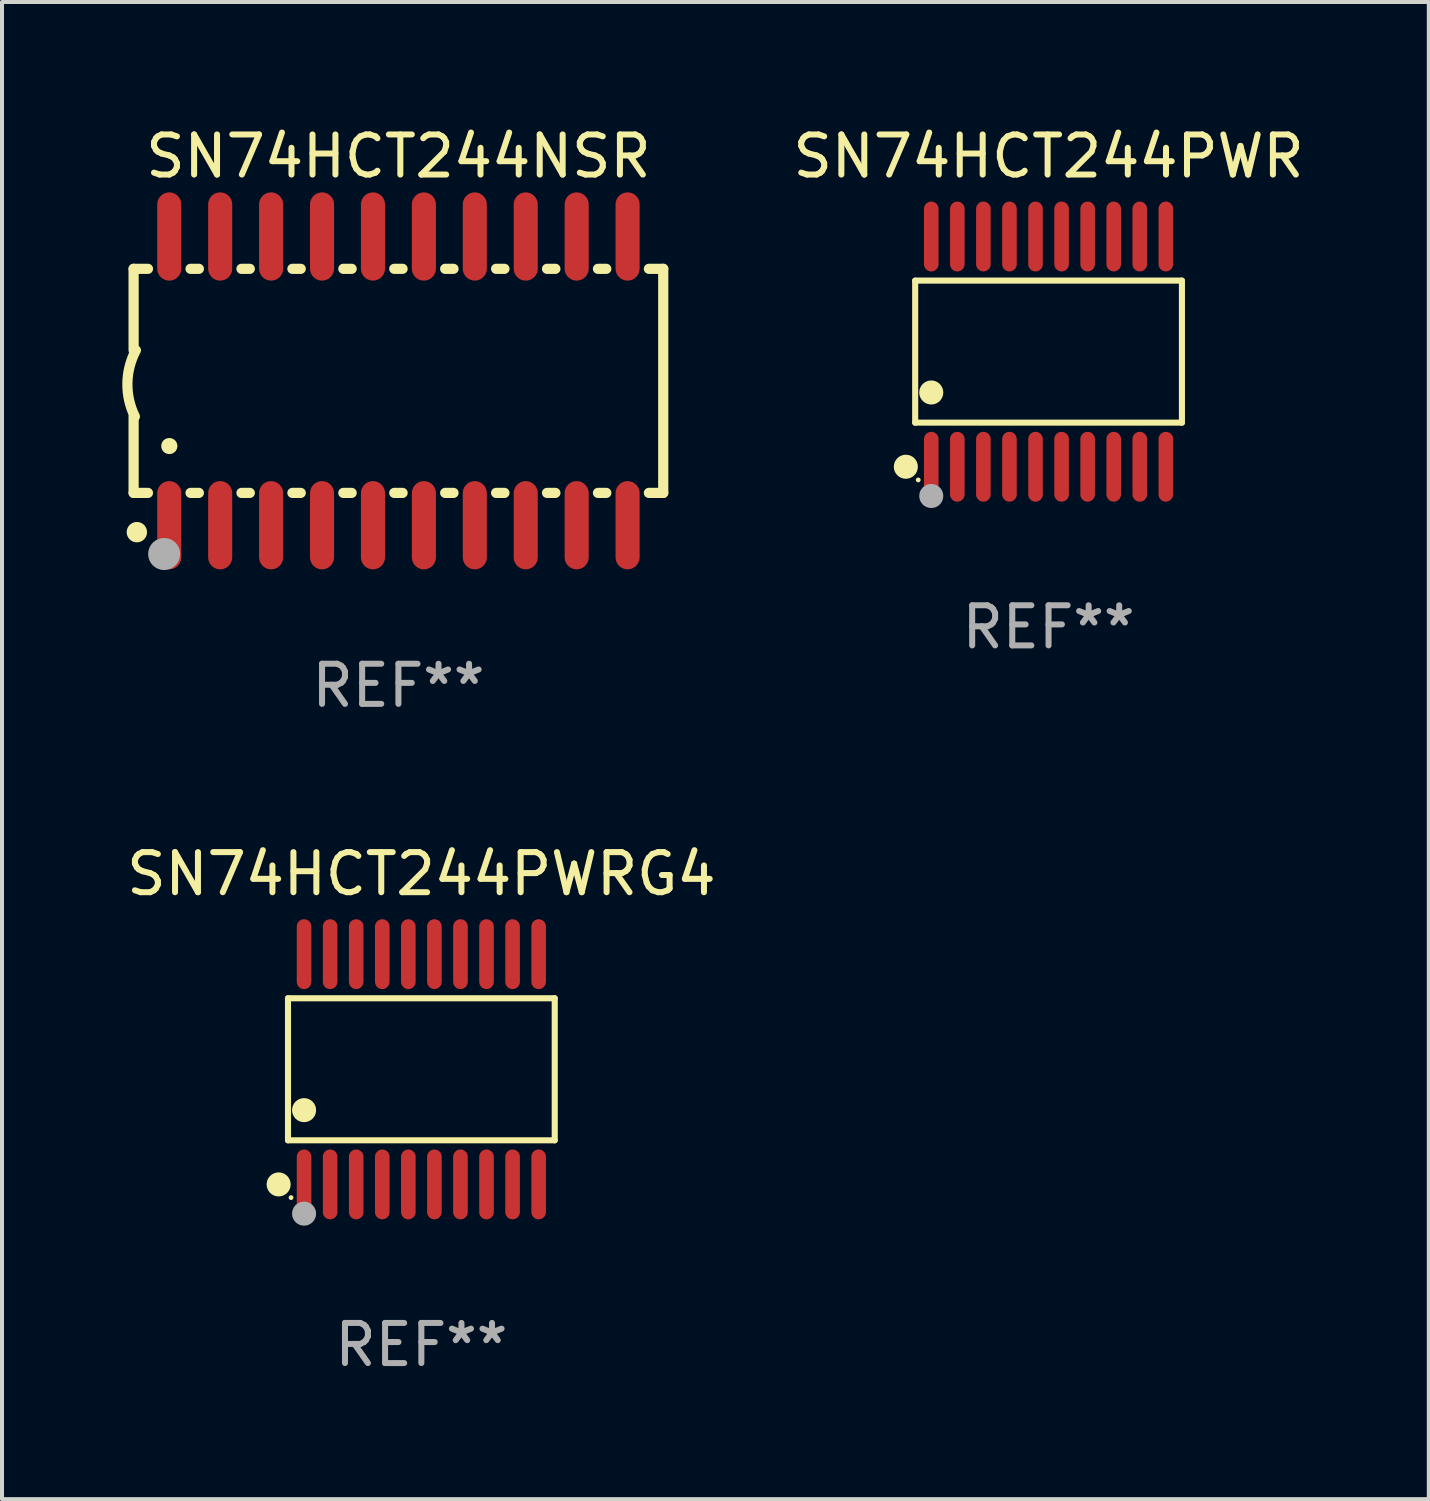
<source format=kicad_pcb>
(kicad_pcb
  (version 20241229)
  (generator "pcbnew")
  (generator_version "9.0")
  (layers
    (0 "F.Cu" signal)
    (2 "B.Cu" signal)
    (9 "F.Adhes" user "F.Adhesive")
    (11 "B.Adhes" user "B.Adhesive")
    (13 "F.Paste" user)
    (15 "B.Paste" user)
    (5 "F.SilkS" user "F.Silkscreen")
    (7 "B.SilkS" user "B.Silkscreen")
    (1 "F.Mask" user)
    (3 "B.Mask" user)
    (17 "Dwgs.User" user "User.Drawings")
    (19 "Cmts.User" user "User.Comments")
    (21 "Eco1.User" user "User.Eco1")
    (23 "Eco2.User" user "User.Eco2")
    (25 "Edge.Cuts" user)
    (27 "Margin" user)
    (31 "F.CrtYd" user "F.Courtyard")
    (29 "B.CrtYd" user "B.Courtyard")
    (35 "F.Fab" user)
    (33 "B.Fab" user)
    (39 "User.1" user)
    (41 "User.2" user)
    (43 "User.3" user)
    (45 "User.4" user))
  (footprint "SN74HCT244PWR"
    (layer "F.Cu")
    (at 23.099 5.719)
    (property "Reference" "SN74HCT244PWR" (at 0 -4.871 0) (layer "F.SilkS") (effects (font (size 1 1) (thickness 0.15))))
    (attr through_hole)
    (fp_line (start -3.326 -1.771) (end 3.326 -1.771) (stroke (width 0.152) (type solid)) (layer "F.SilkS"))
    (fp_line (start -3.326 1.771) (end -3.326 -1.771) (stroke (width 0.152) (type solid)) (layer "F.SilkS"))
    (fp_line (start 3.326 -1.771) (end 3.326 1.771) (stroke (width 0.152) (type solid)) (layer "F.SilkS"))
    (fp_line (start 3.326 1.771) (end -3.326 1.771) (stroke (width 0.152) (type solid)) (layer "F.SilkS"))
    (fp_circle (center -3.559 2.871) (end -3.409 2.871) (stroke (width 0.3) (type solid)) (fill no) (layer "F.SilkS"))
    (fp_circle (center -3.25 3.2) (end -3.22 3.2) (stroke (width 0.06) (type solid)) (fill no) (layer "F.SilkS"))
    (fp_circle (center -2.925 1.019) (end -2.775 1.019) (stroke (width 0.3) (type solid)) (fill no) (layer "F.SilkS"))
    (fp_circle (center -2.925 3.6) (end -2.775 3.6) (stroke (width 0.3) (type solid)) (fill no) (layer "F.Fab"))
    (fp_text user "REF**" (at 0 6.871 0) (layer "F.Fab") (effects (font (size 1 1) (thickness 0.15))))
    (pad "1" smd oval (at -2.925 2.871) (size 0.364 1.742) (layers "F.Cu" "F.Mask" "F.Paste"))
    (pad "2" smd oval (at -2.275 2.871) (size 0.364 1.742) (layers "F.Cu" "F.Mask" "F.Paste"))
    (pad "3" smd oval (at -1.625 2.871) (size 0.364 1.742) (layers "F.Cu" "F.Mask" "F.Paste"))
    (pad "4" smd oval (at -0.975 2.871) (size 0.364 1.742) (layers "F.Cu" "F.Mask" "F.Paste"))
    (pad "5" smd oval (at -0.325 2.871) (size 0.364 1.742) (layers "F.Cu" "F.Mask" "F.Paste"))
    (pad "6" smd oval (at 0.325 2.871) (size 0.364 1.742) (layers "F.Cu" "F.Mask" "F.Paste"))
    (pad "7" smd oval (at 0.975 2.871) (size 0.364 1.742) (layers "F.Cu" "F.Mask" "F.Paste"))
    (pad "8" smd oval (at 1.625 2.871) (size 0.364 1.742) (layers "F.Cu" "F.Mask" "F.Paste"))
    (pad "9" smd oval (at 2.275 2.871) (size 0.364 1.742) (layers "F.Cu" "F.Mask" "F.Paste"))
    (pad "10" smd oval (at 2.925 2.871) (size 0.364 1.742) (layers "F.Cu" "F.Mask" "F.Paste"))
    (pad "11" smd oval (at 2.925 -2.871) (size 0.364 1.742) (layers "F.Cu" "F.Mask" "F.Paste"))
    (pad "12" smd oval (at 2.275 -2.871) (size 0.364 1.742) (layers "F.Cu" "F.Mask" "F.Paste"))
    (pad "13" smd oval (at 1.625 -2.871) (size 0.364 1.742) (layers "F.Cu" "F.Mask" "F.Paste"))
    (pad "14" smd oval (at 0.975 -2.871) (size 0.364 1.742) (layers "F.Cu" "F.Mask" "F.Paste"))
    (pad "15" smd oval (at 0.325 -2.871) (size 0.364 1.742) (layers "F.Cu" "F.Mask" "F.Paste"))
    (pad "16" smd oval (at -0.325 -2.871) (size 0.364 1.742) (layers "F.Cu" "F.Mask" "F.Paste"))
    (pad "17" smd oval (at -0.975 -2.871) (size 0.364 1.742) (layers "F.Cu" "F.Mask" "F.Paste"))
    (pad "18" smd oval (at -1.625 -2.871) (size 0.364 1.742) (layers "F.Cu" "F.Mask" "F.Paste"))
    (pad "19" smd oval (at -2.275 -2.871) (size 0.364 1.742) (layers "F.Cu" "F.Mask" "F.Paste"))
    (pad "20" smd oval (at -2.925 -2.871) (size 0.364 1.742) (layers "F.Cu" "F.Mask" "F.Paste")))
  (footprint "SN74HCT244PWRG4"
    (layer "F.Cu")
    (at 7.458 23.616)
    (property "Reference" "SN74HCT244PWRG4" (at 0 -4.871 0) (layer "F.SilkS") (effects (font (size 1 1) (thickness 0.15))))
    (attr through_hole)
    (fp_line (start -3.326 -1.771) (end 3.326 -1.771) (stroke (width 0.152) (type solid)) (layer "F.SilkS"))
    (fp_line (start -3.326 1.771) (end -3.326 -1.771) (stroke (width 0.152) (type solid)) (layer "F.SilkS"))
    (fp_line (start 3.326 -1.771) (end 3.326 1.771) (stroke (width 0.152) (type solid)) (layer "F.SilkS"))
    (fp_line (start 3.326 1.771) (end -3.326 1.771) (stroke (width 0.152) (type solid)) (layer "F.SilkS"))
    (fp_circle (center -3.559 2.871) (end -3.409 2.871) (stroke (width 0.3) (type solid)) (fill no) (layer "F.SilkS"))
    (fp_circle (center -3.25 3.2) (end -3.22 3.2) (stroke (width 0.06) (type solid)) (fill no) (layer "F.SilkS"))
    (fp_circle (center -2.925 1.019) (end -2.775 1.019) (stroke (width 0.3) (type solid)) (fill no) (layer "F.SilkS"))
    (fp_circle (center -2.925 3.6) (end -2.775 3.6) (stroke (width 0.3) (type solid)) (fill no) (layer "F.Fab"))
    (fp_text user "REF**" (at 0 6.871 0) (layer "F.Fab") (effects (font (size 1 1) (thickness 0.15))))
    (pad "1" smd oval (at -2.925 2.871) (size 0.364 1.742) (layers "F.Cu" "F.Mask" "F.Paste"))
    (pad "2" smd oval (at -2.275 2.871) (size 0.364 1.742) (layers "F.Cu" "F.Mask" "F.Paste"))
    (pad "3" smd oval (at -1.625 2.871) (size 0.364 1.742) (layers "F.Cu" "F.Mask" "F.Paste"))
    (pad "4" smd oval (at -0.975 2.871) (size 0.364 1.742) (layers "F.Cu" "F.Mask" "F.Paste"))
    (pad "5" smd oval (at -0.325 2.871) (size 0.364 1.742) (layers "F.Cu" "F.Mask" "F.Paste"))
    (pad "6" smd oval (at 0.325 2.871) (size 0.364 1.742) (layers "F.Cu" "F.Mask" "F.Paste"))
    (pad "7" smd oval (at 0.975 2.871) (size 0.364 1.742) (layers "F.Cu" "F.Mask" "F.Paste"))
    (pad "8" smd oval (at 1.625 2.871) (size 0.364 1.742) (layers "F.Cu" "F.Mask" "F.Paste"))
    (pad "9" smd oval (at 2.275 2.871) (size 0.364 1.742) (layers "F.Cu" "F.Mask" "F.Paste"))
    (pad "10" smd oval (at 2.925 2.871) (size 0.364 1.742) (layers "F.Cu" "F.Mask" "F.Paste"))
    (pad "11" smd oval (at 2.925 -2.871) (size 0.364 1.742) (layers "F.Cu" "F.Mask" "F.Paste"))
    (pad "12" smd oval (at 2.275 -2.871) (size 0.364 1.742) (layers "F.Cu" "F.Mask" "F.Paste"))
    (pad "13" smd oval (at 1.625 -2.871) (size 0.364 1.742) (layers "F.Cu" "F.Mask" "F.Paste"))
    (pad "14" smd oval (at 0.975 -2.871) (size 0.364 1.742) (layers "F.Cu" "F.Mask" "F.Paste"))
    (pad "15" smd oval (at 0.325 -2.871) (size 0.364 1.742) (layers "F.Cu" "F.Mask" "F.Paste"))
    (pad "16" smd oval (at -0.325 -2.871) (size 0.364 1.742) (layers "F.Cu" "F.Mask" "F.Paste"))
    (pad "17" smd oval (at -0.975 -2.871) (size 0.364 1.742) (layers "F.Cu" "F.Mask" "F.Paste"))
    (pad "18" smd oval (at -1.625 -2.871) (size 0.364 1.742) (layers "F.Cu" "F.Mask" "F.Paste"))
    (pad "19" smd oval (at -2.275 -2.871) (size 0.364 1.742) (layers "F.Cu" "F.Mask" "F.Paste"))
    (pad "20" smd oval (at -2.925 -2.871) (size 0.364 1.742) (layers "F.Cu" "F.Mask" "F.Paste")))
  (footprint "SN74HCT244NSR"
    (layer "F.Cu")
    (at 6.886 6.448)
    (property "Reference" "SN74HCT244NSR" (at 0 -5.6 0) (layer "F.SilkS") (effects (font (size 1 1) (thickness 0.15))))
    (attr through_hole)
    (fp_line (start -6.604 -2.794) (end -6.246 -2.794) (stroke (width 0.254) (type solid)) (layer "F.SilkS"))
    (fp_line (start -6.604 -0.762) (end -6.604 -2.794) (stroke (width 0.254) (type solid)) (layer "F.SilkS"))
    (fp_line (start -6.604 2.794) (end -6.604 0.889) (stroke (width 0.254) (type solid)) (layer "F.SilkS"))
    (fp_line (start -6.246 2.794) (end -6.604 2.794) (stroke (width 0.254) (type solid)) (layer "F.SilkS"))
    (fp_line (start -5.184 -2.794) (end -4.976 -2.794) (stroke (width 0.254) (type solid)) (layer "F.SilkS"))
    (fp_line (start -4.976 2.794) (end -5.184 2.794) (stroke (width 0.254) (type solid)) (layer "F.SilkS"))
    (fp_line (start -3.914 -2.794) (end -3.706 -2.794) (stroke (width 0.254) (type solid)) (layer "F.SilkS"))
    (fp_line (start -3.706 2.794) (end -3.914 2.794) (stroke (width 0.254) (type solid)) (layer "F.SilkS"))
    (fp_line (start -2.644 -2.794) (end -2.436 -2.794) (stroke (width 0.254) (type solid)) (layer "F.SilkS"))
    (fp_line (start -2.436 2.794) (end -2.644 2.794) (stroke (width 0.254) (type solid)) (layer "F.SilkS"))
    (fp_line (start -1.374 -2.794) (end -1.166 -2.794) (stroke (width 0.254) (type solid)) (layer "F.SilkS"))
    (fp_line (start -1.166 2.794) (end -1.374 2.794) (stroke (width 0.254) (type solid)) (layer "F.SilkS"))
    (fp_line (start -0.104 -2.794) (end 0.104 -2.794) (stroke (width 0.254) (type solid)) (layer "F.SilkS"))
    (fp_line (start 0.104 2.794) (end -0.104 2.794) (stroke (width 0.254) (type solid)) (layer "F.SilkS"))
    (fp_line (start 1.166 -2.794) (end 1.374 -2.794) (stroke (width 0.254) (type solid)) (layer "F.SilkS"))
    (fp_line (start 1.374 2.794) (end 1.166 2.794) (stroke (width 0.254) (type solid)) (layer "F.SilkS"))
    (fp_line (start 2.436 -2.794) (end 2.644 -2.794) (stroke (width 0.254) (type solid)) (layer "F.SilkS"))
    (fp_line (start 2.644 2.794) (end 2.436 2.794) (stroke (width 0.254) (type solid)) (layer "F.SilkS"))
    (fp_line (start 3.706 -2.794) (end 3.914 -2.794) (stroke (width 0.254) (type solid)) (layer "F.SilkS"))
    (fp_line (start 3.914 2.794) (end 3.706 2.794) (stroke (width 0.254) (type solid)) (layer "F.SilkS"))
    (fp_line (start 4.976 -2.794) (end 5.184 -2.794) (stroke (width 0.254) (type solid)) (layer "F.SilkS"))
    (fp_line (start 5.184 2.794) (end 4.976 2.794) (stroke (width 0.254) (type solid)) (layer "F.SilkS"))
    (fp_line (start 6.246 -2.794) (end 6.604 -2.794) (stroke (width 0.254) (type solid)) (layer "F.SilkS"))
    (fp_line (start 6.604 -2.794) (end 6.604 2.794) (stroke (width 0.254) (type solid)) (layer "F.SilkS"))
    (fp_line (start 6.604 2.794) (end 6.246 2.794) (stroke (width 0.254) (type solid)) (layer "F.SilkS"))
    (fp_arc (start -6.572821 0.889028) (mid -6.759035 0.060466) (end -6.547422 -0.761976) (stroke (width 0.254001) (type solid)) (layer "F.SilkS"))
    (fp_arc (start -6.570993 3.749047) (mid -6.569723 3.749042) (end -6.568453 3.749047) (stroke (width 0.3) (type solid)) (layer "F.SilkS"))
    (fp_arc (start -5.715011 1.625603) (mid -5.713741 1.625599) (end -5.712471 1.625603) (stroke (width 0.4) (type solid)) (layer "F.SilkS"))
    (fp_circle (center -6.523 3.773) (end -6.396 3.773) (stroke (width 0.254) (type solid)) (fill no) (layer "F.SilkS"))
    (fp_circle (center -5.842 4.318) (end -5.642 4.318) (stroke (width 0.4) (type solid)) (fill no) (layer "F.Fab"))
    (fp_text user "REF**" (at 0 7.6 0) (layer "F.Fab") (effects (font (size 1 1) (thickness 0.15))))
    (pad "1" smd oval (at -5.715 3.6) (size 0.6 2.2) (layers "F.Cu" "F.Mask" "F.Paste"))
    (pad "2" smd oval (at -4.445 3.6) (size 0.6 2.2) (layers "F.Cu" "F.Mask" "F.Paste"))
    (pad "3" smd oval (at -3.175 3.6) (size 0.6 2.2) (layers "F.Cu" "F.Mask" "F.Paste"))
    (pad "4" smd oval (at -1.905 3.6) (size 0.6 2.2) (layers "F.Cu" "F.Mask" "F.Paste"))
    (pad "5" smd oval (at -0.635 3.6) (size 0.6 2.2) (layers "F.Cu" "F.Mask" "F.Paste"))
    (pad "6" smd oval (at 0.635 3.6) (size 0.6 2.2) (layers "F.Cu" "F.Mask" "F.Paste"))
    (pad "7" smd oval (at 1.905 3.6) (size 0.6 2.2) (layers "F.Cu" "F.Mask" "F.Paste"))
    (pad "8" smd oval (at 3.175 3.6) (size 0.6 2.2) (layers "F.Cu" "F.Mask" "F.Paste"))
    (pad "9" smd oval (at 4.445 3.6) (size 0.6 2.2) (layers "F.Cu" "F.Mask" "F.Paste"))
    (pad "10" smd oval (at 5.715 3.6) (size 0.6 2.2) (layers "F.Cu" "F.Mask" "F.Paste"))
    (pad "11" smd oval (at 5.715 -3.6 180) (size 0.6 2.2) (layers "F.Cu" "F.Mask" "F.Paste"))
    (pad "12" smd oval (at 4.445 -3.6 180) (size 0.6 2.2) (layers "F.Cu" "F.Mask" "F.Paste"))
    (pad "13" smd oval (at 3.175 -3.6 180) (size 0.6 2.2) (layers "F.Cu" "F.Mask" "F.Paste"))
    (pad "14" smd oval (at 1.905 -3.6 180) (size 0.6 2.2) (layers "F.Cu" "F.Mask" "F.Paste"))
    (pad "15" smd oval (at 0.635 -3.6 180) (size 0.6 2.2) (layers "F.Cu" "F.Mask" "F.Paste"))
    (pad "16" smd oval (at -0.635 -3.6 180) (size 0.6 2.2) (layers "F.Cu" "F.Mask" "F.Paste"))
    (pad "17" smd oval (at -1.905 -3.6 180) (size 0.6 2.2) (layers "F.Cu" "F.Mask" "F.Paste"))
    (pad "18" smd oval (at -3.175 -3.6 180) (size 0.6 2.2) (layers "F.Cu" "F.Mask" "F.Paste"))
    (pad "19" smd oval (at -4.445 -3.6 180) (size 0.6 2.2) (layers "F.Cu" "F.Mask" "F.Paste"))
    (pad "20" smd oval (at -5.715 -3.6 180) (size 0.6 2.2) (layers "F.Cu" "F.Mask" "F.Paste")))
  (gr_rect
    (start -3 -3)
    (end 32.582 34.335)
    (stroke (width 0.1) (type default))
    (fill no)
    (layer "Edge.Cuts")))
</source>
